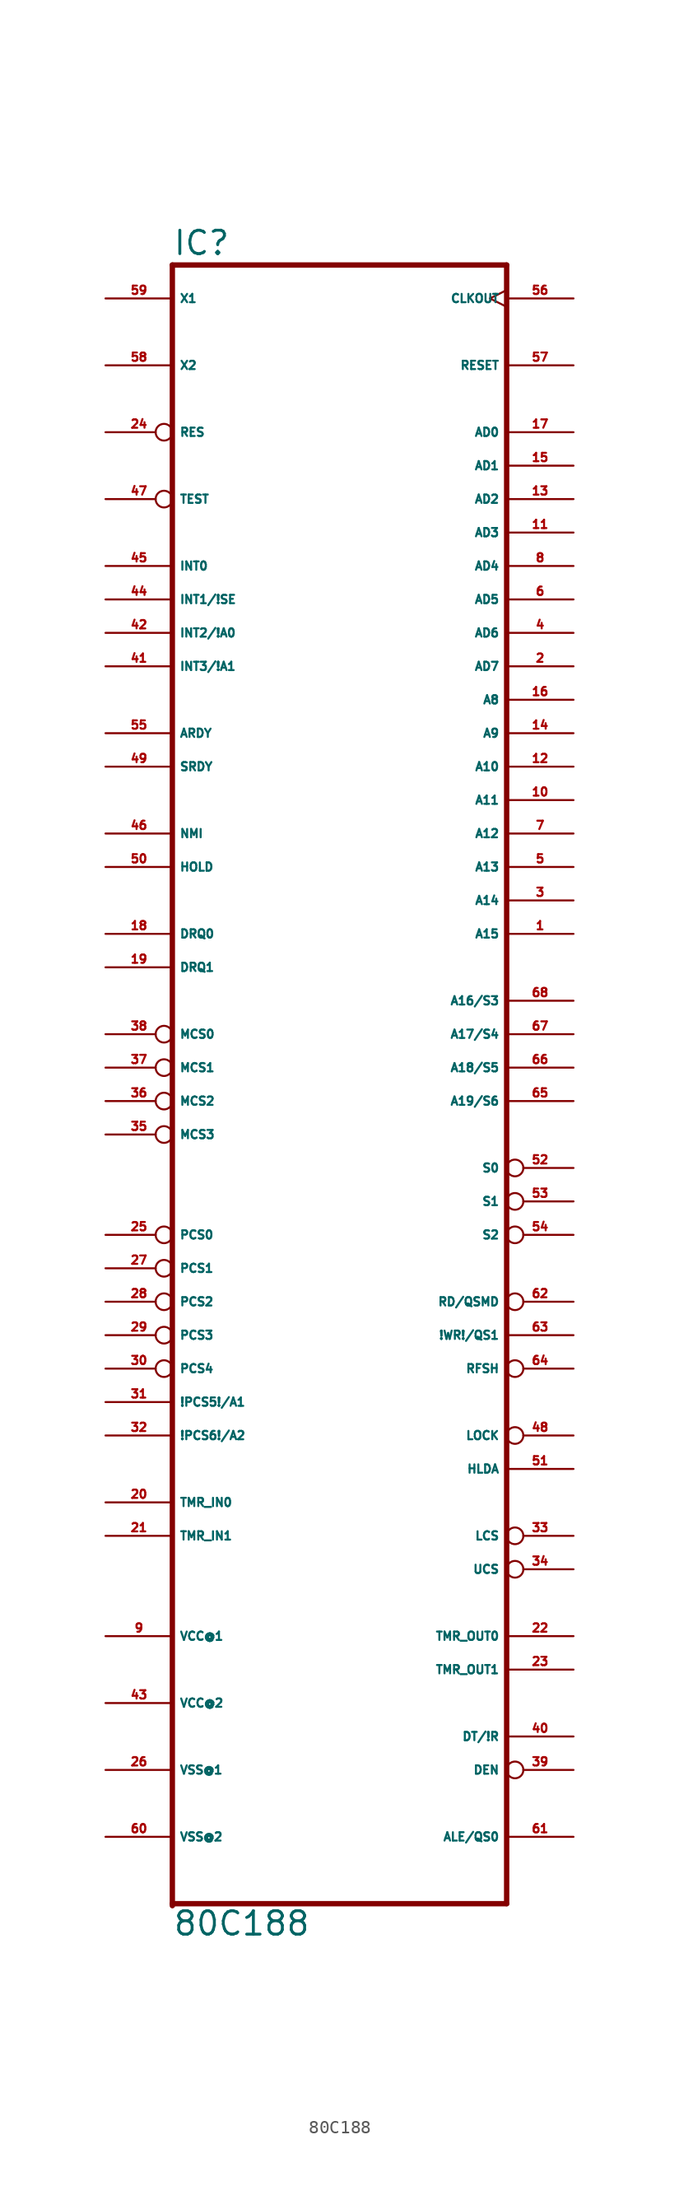
<source format=kicad_sym>
(kicad_symbol_lib
  (version 20220914)
  (generator Eagle2Kicad)
  (symbol "80C188"
    (property "Reference" "IC"
      (at -15.24 56.515 0)
      (effects (font (size 1.778 1.778) (thickness 0.22)) (justify left bottom)))
    (property "Value" "80C188"
      (at -15.24 -71.12 0)
      (effects (font (size 1.778 1.778) (thickness 0.22)) (justify left bottom)))
    (polyline
      (pts (xy -15.24 -68.58) (xy 10.16 -68.58))
      (stroke (width 0.406) (type default))
      (fill (type none)))
    (polyline
      (pts (xy 10.16 55.88) (xy 10.16 -68.58))
      (stroke (width 0.406) (type default))
      (fill (type none)))
    (polyline
      (pts (xy 10.16 55.88) (xy -15.24 55.88))
      (stroke (width 0.406) (type default))
      (fill (type none)))
    (polyline
      (pts (xy -15.24 -68.732) (xy -15.24 55.88))
      (stroke (width 0.406) (type default))
      (fill (type none)))
    (pin input line
      (at -20.32 53.34 0)
      (length 5.08)
      (name "X1" (effects (font (size 0.635 0.635) (thickness 0.08)) (justify left bottom)))
      (number "59" (effects (font (size 0.635 0.635) (thickness 0.08)) (justify left bottom))))
    (pin input inverted
      (at -20.32 43.18 0)
      (length 5.08)
      (name "RES" (effects (font (size 0.635 0.635) (thickness 0.08)) (justify left bottom)))
      (number "24" (effects (font (size 0.635 0.635) (thickness 0.08)) (justify left bottom))))
    (pin bidirectional inverted
      (at -20.32 38.1 0)
      (length 5.08)
      (name "TEST" (effects (font (size 0.635 0.635) (thickness 0.08)) (justify left bottom)))
      (number "47" (effects (font (size 0.635 0.635) (thickness 0.08)) (justify left bottom))))
    (pin input line
      (at -20.32 33.02 0)
      (length 5.08)
      (name "INT0" (effects (font (size 0.635 0.635) (thickness 0.08)) (justify left bottom)))
      (number "45" (effects (font (size 0.635 0.635) (thickness 0.08)) (justify left bottom))))
    (pin input line
      (at -20.32 30.48 0)
      (length 5.08)
      (name "INT1/!SE" (effects (font (size 0.635 0.635) (thickness 0.08)) (justify left bottom)))
      (number "44" (effects (font (size 0.635 0.635) (thickness 0.08)) (justify left bottom))))
    (pin bidirectional line
      (at -20.32 27.94 0)
      (length 5.08)
      (name "INT2/!A0" (effects (font (size 0.635 0.635) (thickness 0.08)) (justify left bottom)))
      (number "42" (effects (font (size 0.635 0.635) (thickness 0.08)) (justify left bottom))))
    (pin bidirectional line
      (at -20.32 25.4 0)
      (length 5.08)
      (name "INT3/!A1" (effects (font (size 0.635 0.635) (thickness 0.08)) (justify left bottom)))
      (number "41" (effects (font (size 0.635 0.635) (thickness 0.08)) (justify left bottom))))
    (pin input line
      (at -20.32 20.32 0)
      (length 5.08)
      (name "ARDY" (effects (font (size 0.635 0.635) (thickness 0.08)) (justify left bottom)))
      (number "55" (effects (font (size 0.635 0.635) (thickness 0.08)) (justify left bottom))))
    (pin input line
      (at -20.32 12.7 0)
      (length 5.08)
      (name "NMI" (effects (font (size 0.635 0.635) (thickness 0.08)) (justify left bottom)))
      (number "46" (effects (font (size 0.635 0.635) (thickness 0.08)) (justify left bottom))))
    (pin input line
      (at -20.32 10.16 0)
      (length 5.08)
      (name "HOLD" (effects (font (size 0.635 0.635) (thickness 0.08)) (justify left bottom)))
      (number "50" (effects (font (size 0.635 0.635) (thickness 0.08)) (justify left bottom))))
    (pin output inverted
      (at -20.32 -17.78 0)
      (length 5.08)
      (name "PCS0" (effects (font (size 0.635 0.635) (thickness 0.08)) (justify left bottom)))
      (number "25" (effects (font (size 0.635 0.635) (thickness 0.08)) (justify left bottom))))
    (pin output inverted
      (at -20.32 -20.32 0)
      (length 5.08)
      (name "PCS1" (effects (font (size 0.635 0.635) (thickness 0.08)) (justify left bottom)))
      (number "27" (effects (font (size 0.635 0.635) (thickness 0.08)) (justify left bottom))))
    (pin output inverted
      (at -20.32 -22.86 0)
      (length 5.08)
      (name "PCS2" (effects (font (size 0.635 0.635) (thickness 0.08)) (justify left bottom)))
      (number "28" (effects (font (size 0.635 0.635) (thickness 0.08)) (justify left bottom))))
    (pin output inverted
      (at -20.32 -25.4 0)
      (length 5.08)
      (name "PCS3" (effects (font (size 0.635 0.635) (thickness 0.08)) (justify left bottom)))
      (number "29" (effects (font (size 0.635 0.635) (thickness 0.08)) (justify left bottom))))
    (pin output inverted
      (at -20.32 -27.94 0)
      (length 5.08)
      (name "PCS4" (effects (font (size 0.635 0.635) (thickness 0.08)) (justify left bottom)))
      (number "30" (effects (font (size 0.635 0.635) (thickness 0.08)) (justify left bottom))))
    (pin output line
      (at -20.32 -30.48 0)
      (length 5.08)
      (name "!PCS5!/A1" (effects (font (size 0.635 0.635) (thickness 0.08)) (justify left bottom)))
      (number "31" (effects (font (size 0.635 0.635) (thickness 0.08)) (justify left bottom))))
    (pin output line
      (at -20.32 -33.02 0)
      (length 5.08)
      (name "!PCS6!/A2" (effects (font (size 0.635 0.635) (thickness 0.08)) (justify left bottom)))
      (number "32" (effects (font (size 0.635 0.635) (thickness 0.08)) (justify left bottom))))
    (pin input line
      (at -20.32 -38.1 0)
      (length 5.08)
      (name "TMR_IN0" (effects (font (size 0.635 0.635) (thickness 0.08)) (justify left bottom)))
      (number "20" (effects (font (size 0.635 0.635) (thickness 0.08)) (justify left bottom))))
    (pin input line
      (at -20.32 -40.64 0)
      (length 5.08)
      (name "TMR_IN1" (effects (font (size 0.635 0.635) (thickness 0.08)) (justify left bottom)))
      (number "21" (effects (font (size 0.635 0.635) (thickness 0.08)) (justify left bottom))))
    (pin output clock
      (at 15.24 53.34 180)
      (length 5.08)
      (name "CLKOUT" (effects (font (size 0.635 0.635) (thickness 0.08)) (justify left bottom)))
      (number "56" (effects (font (size 0.635 0.635) (thickness 0.08)) (justify left bottom))))
    (pin output line
      (at 15.24 48.26 180)
      (length 5.08)
      (name "RESET" (effects (font (size 0.635 0.635) (thickness 0.08)) (justify left bottom)))
      (number "57" (effects (font (size 0.635 0.635) (thickness 0.08)) (justify left bottom))))
    (pin bidirectional line
      (at 15.24 43.18 180)
      (length 5.08)
      (name "AD0" (effects (font (size 0.635 0.635) (thickness 0.08)) (justify left bottom)))
      (number "17" (effects (font (size 0.635 0.635) (thickness 0.08)) (justify left bottom))))
    (pin bidirectional line
      (at 15.24 40.64 180)
      (length 5.08)
      (name "AD1" (effects (font (size 0.635 0.635) (thickness 0.08)) (justify left bottom)))
      (number "15" (effects (font (size 0.635 0.635) (thickness 0.08)) (justify left bottom))))
    (pin bidirectional line
      (at 15.24 38.1 180)
      (length 5.08)
      (name "AD2" (effects (font (size 0.635 0.635) (thickness 0.08)) (justify left bottom)))
      (number "13" (effects (font (size 0.635 0.635) (thickness 0.08)) (justify left bottom))))
    (pin bidirectional line
      (at 15.24 35.56 180)
      (length 5.08)
      (name "AD3" (effects (font (size 0.635 0.635) (thickness 0.08)) (justify left bottom)))
      (number "11" (effects (font (size 0.635 0.635) (thickness 0.08)) (justify left bottom))))
    (pin bidirectional line
      (at 15.24 33.02 180)
      (length 5.08)
      (name "AD4" (effects (font (size 0.635 0.635) (thickness 0.08)) (justify left bottom)))
      (number "8" (effects (font (size 0.635 0.635) (thickness 0.08)) (justify left bottom))))
    (pin bidirectional line
      (at 15.24 30.48 180)
      (length 5.08)
      (name "AD5" (effects (font (size 0.635 0.635) (thickness 0.08)) (justify left bottom)))
      (number "6" (effects (font (size 0.635 0.635) (thickness 0.08)) (justify left bottom))))
    (pin bidirectional line
      (at 15.24 27.94 180)
      (length 5.08)
      (name "AD6" (effects (font (size 0.635 0.635) (thickness 0.08)) (justify left bottom)))
      (number "4" (effects (font (size 0.635 0.635) (thickness 0.08)) (justify left bottom))))
    (pin bidirectional line
      (at 15.24 25.4 180)
      (length 5.08)
      (name "AD7" (effects (font (size 0.635 0.635) (thickness 0.08)) (justify left bottom)))
      (number "2" (effects (font (size 0.635 0.635) (thickness 0.08)) (justify left bottom))))
    (pin output line
      (at 15.24 22.86 180)
      (length 5.08)
      (name "A8" (effects (font (size 0.635 0.635) (thickness 0.08)) (justify left bottom)))
      (number "16" (effects (font (size 0.635 0.635) (thickness 0.08)) (justify left bottom))))
    (pin output line
      (at 15.24 20.32 180)
      (length 5.08)
      (name "A9" (effects (font (size 0.635 0.635) (thickness 0.08)) (justify left bottom)))
      (number "14" (effects (font (size 0.635 0.635) (thickness 0.08)) (justify left bottom))))
    (pin output line
      (at 15.24 17.78 180)
      (length 5.08)
      (name "A10" (effects (font (size 0.635 0.635) (thickness 0.08)) (justify left bottom)))
      (number "12" (effects (font (size 0.635 0.635) (thickness 0.08)) (justify left bottom))))
    (pin output line
      (at 15.24 15.24 180)
      (length 5.08)
      (name "A11" (effects (font (size 0.635 0.635) (thickness 0.08)) (justify left bottom)))
      (number "10" (effects (font (size 0.635 0.635) (thickness 0.08)) (justify left bottom))))
    (pin output line
      (at 15.24 12.7 180)
      (length 5.08)
      (name "A12" (effects (font (size 0.635 0.635) (thickness 0.08)) (justify left bottom)))
      (number "7" (effects (font (size 0.635 0.635) (thickness 0.08)) (justify left bottom))))
    (pin output line
      (at 15.24 10.16 180)
      (length 5.08)
      (name "A13" (effects (font (size 0.635 0.635) (thickness 0.08)) (justify left bottom)))
      (number "5" (effects (font (size 0.635 0.635) (thickness 0.08)) (justify left bottom))))
    (pin output line
      (at 15.24 7.62 180)
      (length 5.08)
      (name "A14" (effects (font (size 0.635 0.635) (thickness 0.08)) (justify left bottom)))
      (number "3" (effects (font (size 0.635 0.635) (thickness 0.08)) (justify left bottom))))
    (pin output line
      (at 15.24 5.08 180)
      (length 5.08)
      (name "A15" (effects (font (size 0.635 0.635) (thickness 0.08)) (justify left bottom)))
      (number "1" (effects (font (size 0.635 0.635) (thickness 0.08)) (justify left bottom))))
    (pin output line
      (at 15.24 0 180)
      (length 5.08)
      (name "A16/S3" (effects (font (size 0.635 0.635) (thickness 0.08)) (justify left bottom)))
      (number "68" (effects (font (size 0.635 0.635) (thickness 0.08)) (justify left bottom))))
    (pin output line
      (at 15.24 -2.54 180)
      (length 5.08)
      (name "A17/S4" (effects (font (size 0.635 0.635) (thickness 0.08)) (justify left bottom)))
      (number "67" (effects (font (size 0.635 0.635) (thickness 0.08)) (justify left bottom))))
    (pin output line
      (at 15.24 -5.08 180)
      (length 5.08)
      (name "A18/S5" (effects (font (size 0.635 0.635) (thickness 0.08)) (justify left bottom)))
      (number "66" (effects (font (size 0.635 0.635) (thickness 0.08)) (justify left bottom))))
    (pin output inverted
      (at 15.24 -12.7 180)
      (length 5.08)
      (name "S0" (effects (font (size 0.635 0.635) (thickness 0.08)) (justify left bottom)))
      (number "52" (effects (font (size 0.635 0.635) (thickness 0.08)) (justify left bottom))))
    (pin output inverted
      (at 15.24 -15.24 180)
      (length 5.08)
      (name "S1" (effects (font (size 0.635 0.635) (thickness 0.08)) (justify left bottom)))
      (number "53" (effects (font (size 0.635 0.635) (thickness 0.08)) (justify left bottom))))
    (pin output inverted
      (at 15.24 -17.78 180)
      (length 5.08)
      (name "S2" (effects (font (size 0.635 0.635) (thickness 0.08)) (justify left bottom)))
      (number "54" (effects (font (size 0.635 0.635) (thickness 0.08)) (justify left bottom))))
    (pin bidirectional inverted
      (at 15.24 -22.86 180)
      (length 5.08)
      (name "RD/QSMD" (effects (font (size 0.635 0.635) (thickness 0.08)) (justify left bottom)))
      (number "62" (effects (font (size 0.635 0.635) (thickness 0.08)) (justify left bottom))))
    (pin output line
      (at 15.24 -25.4 180)
      (length 5.08)
      (name "!WR!/QS1" (effects (font (size 0.635 0.635) (thickness 0.08)) (justify left bottom)))
      (number "63" (effects (font (size 0.635 0.635) (thickness 0.08)) (justify left bottom))))
    (pin output inverted
      (at 15.24 -27.94 180)
      (length 5.08)
      (name "RFSH" (effects (font (size 0.635 0.635) (thickness 0.08)) (justify left bottom)))
      (number "64" (effects (font (size 0.635 0.635) (thickness 0.08)) (justify left bottom))))
    (pin output inverted
      (at 15.24 -33.02 180)
      (length 5.08)
      (name "LOCK" (effects (font (size 0.635 0.635) (thickness 0.08)) (justify left bottom)))
      (number "48" (effects (font (size 0.635 0.635) (thickness 0.08)) (justify left bottom))))
    (pin output line
      (at 15.24 -35.56 180)
      (length 5.08)
      (name "HLDA" (effects (font (size 0.635 0.635) (thickness 0.08)) (justify left bottom)))
      (number "51" (effects (font (size 0.635 0.635) (thickness 0.08)) (justify left bottom))))
    (pin bidirectional inverted
      (at 15.24 -40.64 180)
      (length 5.08)
      (name "LCS" (effects (font (size 0.635 0.635) (thickness 0.08)) (justify left bottom)))
      (number "33" (effects (font (size 0.635 0.635) (thickness 0.08)) (justify left bottom))))
    (pin bidirectional inverted
      (at 15.24 -43.18 180)
      (length 5.08)
      (name "UCS" (effects (font (size 0.635 0.635) (thickness 0.08)) (justify left bottom)))
      (number "34" (effects (font (size 0.635 0.635) (thickness 0.08)) (justify left bottom))))
    (pin output line
      (at 15.24 -48.26 180)
      (length 5.08)
      (name "TMR_OUT0" (effects (font (size 0.635 0.635) (thickness 0.08)) (justify left bottom)))
      (number "22" (effects (font (size 0.635 0.635) (thickness 0.08)) (justify left bottom))))
    (pin output line
      (at 15.24 -50.8 180)
      (length 5.08)
      (name "TMR_OUT1" (effects (font (size 0.635 0.635) (thickness 0.08)) (justify left bottom)))
      (number "23" (effects (font (size 0.635 0.635) (thickness 0.08)) (justify left bottom))))
    (pin output line
      (at 15.24 -55.88 180)
      (length 5.08)
      (name "DT/!R" (effects (font (size 0.635 0.635) (thickness 0.08)) (justify left bottom)))
      (number "40" (effects (font (size 0.635 0.635) (thickness 0.08)) (justify left bottom))))
    (pin output inverted
      (at 15.24 -58.42 180)
      (length 5.08)
      (name "DEN" (effects (font (size 0.635 0.635) (thickness 0.08)) (justify left bottom)))
      (number "39" (effects (font (size 0.635 0.635) (thickness 0.08)) (justify left bottom))))
    (pin output line
      (at 15.24 -7.62 180)
      (length 5.08)
      (name "A19/S6" (effects (font (size 0.635 0.635) (thickness 0.08)) (justify left bottom)))
      (number "65" (effects (font (size 0.635 0.635) (thickness 0.08)) (justify left bottom))))
    (pin input line
      (at -20.32 5.08 0)
      (length 5.08)
      (name "DRQ0" (effects (font (size 0.635 0.635) (thickness 0.08)) (justify left bottom)))
      (number "18" (effects (font (size 0.635 0.635) (thickness 0.08)) (justify left bottom))))
    (pin input line
      (at -20.32 2.54 0)
      (length 5.08)
      (name "DRQ1" (effects (font (size 0.635 0.635) (thickness 0.08)) (justify left bottom)))
      (number "19" (effects (font (size 0.635 0.635) (thickness 0.08)) (justify left bottom))))
    (pin output inverted
      (at -20.32 -2.54 0)
      (length 5.08)
      (name "MCS0" (effects (font (size 0.635 0.635) (thickness 0.08)) (justify left bottom)))
      (number "38" (effects (font (size 0.635 0.635) (thickness 0.08)) (justify left bottom))))
    (pin output inverted
      (at -20.32 -5.08 0)
      (length 5.08)
      (name "MCS1" (effects (font (size 0.635 0.635) (thickness 0.08)) (justify left bottom)))
      (number "37" (effects (font (size 0.635 0.635) (thickness 0.08)) (justify left bottom))))
    (pin output inverted
      (at -20.32 -7.62 0)
      (length 5.08)
      (name "MCS2" (effects (font (size 0.635 0.635) (thickness 0.08)) (justify left bottom)))
      (number "36" (effects (font (size 0.635 0.635) (thickness 0.08)) (justify left bottom))))
    (pin output inverted
      (at -20.32 -10.16 0)
      (length 5.08)
      (name "MCS3" (effects (font (size 0.635 0.635) (thickness 0.08)) (justify left bottom)))
      (number "35" (effects (font (size 0.635 0.635) (thickness 0.08)) (justify left bottom))))
    (pin input line
      (at -20.32 17.78 0)
      (length 5.08)
      (name "SRDY" (effects (font (size 0.635 0.635) (thickness 0.08)) (justify left bottom)))
      (number "49" (effects (font (size 0.635 0.635) (thickness 0.08)) (justify left bottom))))
    (pin output line
      (at 15.24 -63.5 180)
      (length 5.08)
      (name "ALE/QS0" (effects (font (size 0.635 0.635) (thickness 0.08)) (justify left bottom)))
      (number "61" (effects (font (size 0.635 0.635) (thickness 0.08)) (justify left bottom))))
    (pin unspecified line
      (at -20.32 -48.26 0)
      (length 5.08)
      (name "VCC@1" (effects (font (size 0.635 0.635) (thickness 0.08)) (justify left bottom)))
      (number "9" (effects (font (size 0.635 0.635) (thickness 0.08)) (justify left bottom))))
    (pin output line
      (at -20.32 48.26 0)
      (length 5.08)
      (name "X2" (effects (font (size 0.635 0.635) (thickness 0.08)) (justify left bottom)))
      (number "58" (effects (font (size 0.635 0.635) (thickness 0.08)) (justify left bottom))))
    (pin unspecified line
      (at -20.32 -53.34 0)
      (length 5.08)
      (name "VCC@2" (effects (font (size 0.635 0.635) (thickness 0.08)) (justify left bottom)))
      (number "43" (effects (font (size 0.635 0.635) (thickness 0.08)) (justify left bottom))))
    (pin unspecified line
      (at -20.32 -58.42 0)
      (length 5.08)
      (name "VSS@1" (effects (font (size 0.635 0.635) (thickness 0.08)) (justify left bottom)))
      (number "26" (effects (font (size 0.635 0.635) (thickness 0.08)) (justify left bottom))))
    (pin unspecified line
      (at -20.32 -63.5 0)
      (length 5.08)
      (name "VSS@2" (effects (font (size 0.635 0.635) (thickness 0.08)) (justify left bottom)))
      (number "60" (effects (font (size 0.635 0.635) (thickness 0.08)) (justify left bottom))))))
</source>
